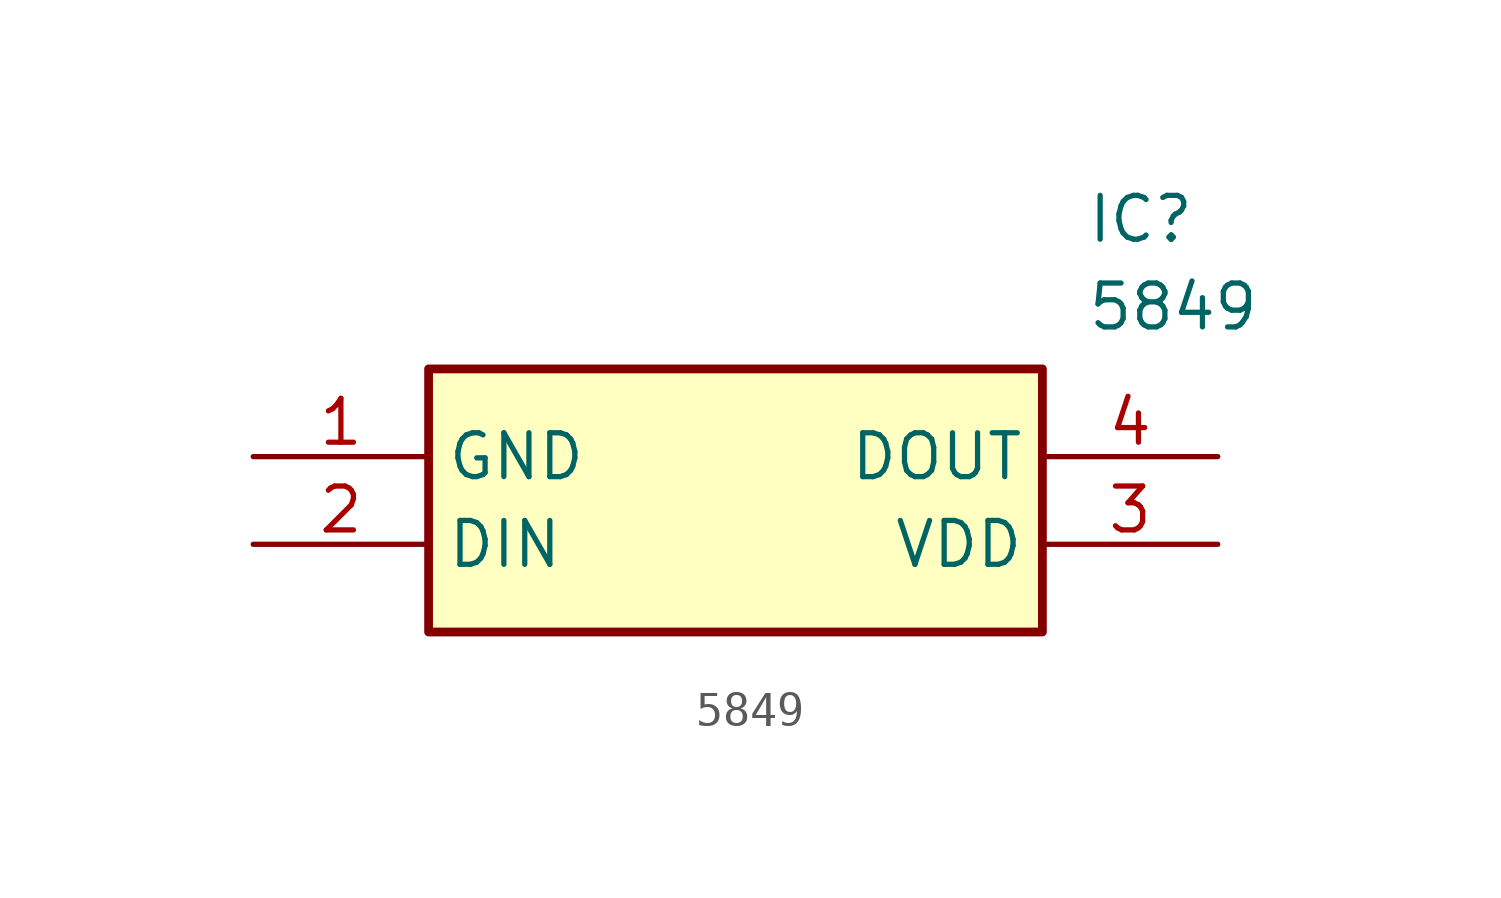
<source format=kicad_sym>
(kicad_symbol_lib
  (version 20211014)
  (generator SamacSys_ECAD_Model)
  (symbol "5849"
    (property "Reference" "IC"
      (at 24.13 7.62 0)
      (effects (font (size 1.27 1.27)) (justify left top)))
    (property "Value" "5849"
      (at 24.13 5.08 0)
      (effects (font (size 1.27 1.27)) (justify left top)))
    (rectangle
      (start 5.08 2.54)
      (end 22.86 -5.08)
      (stroke (width 0.254) (type default))
      (fill (type background)))
    (pin passive line
      (at 0 0 0)
      (length 5.08)
      (name "GND" (effects (font (size 1.27 1.27))))
      (number "1" (effects (font (size 1.27 1.27)))))
    (pin passive line
      (at 0 -2.54 0)
      (length 5.08)
      (name "DIN" (effects (font (size 1.27 1.27))))
      (number "2" (effects (font (size 1.27 1.27)))))
    (pin passive line
      (at 27.94 -2.54 180)
      (length 5.08)
      (name "VDD" (effects (font (size 1.27 1.27))))
      (number "3" (effects (font (size 1.27 1.27)))))
    (pin passive line
      (at 27.94 0 180)
      (length 5.08)
      (name "DOUT" (effects (font (size 1.27 1.27))))
      (number "4" (effects (font (size 1.27 1.27)))))))
</source>
